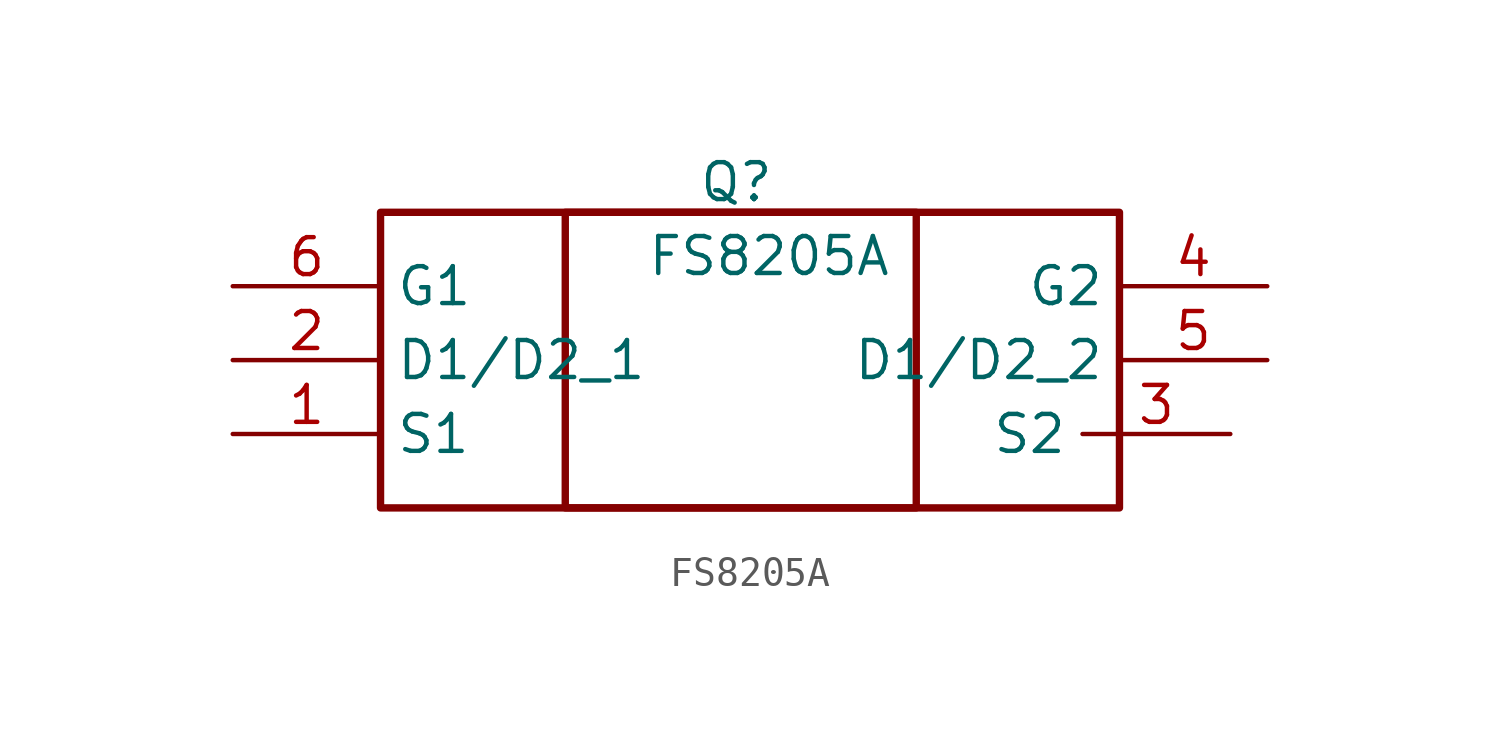
<source format=kicad_sym>
(kicad_symbol_lib
  (version 20241209)
  (generator "kicad_symbol_editor")
  (generator_version "9.0")
  (symbol "FS8205A"
    (property "Reference" "Q"
      (at 16.002 4.318 0)
      (effects (font (size 1.27 1.27)) (justify left top)))
    (property "Value" "FS8205A"
      (at 14.224 1.778 0)
      (effects (font (size 1.27 1.27)) (justify left top)))
    (symbol "FS8205A_1_1"
      (rectangle (start 5.08 2.54) (end 30.48 -7.62) (stroke (width 0.254) (type default)) (fill (type none)))
      (rectangle (start 11.43 2.54) (end 23.495 -7.62) (stroke (width 0.254) (type default)) (fill (type none)))
      (pin passive line (at 0 0 0) (length 5.08) (name "G1" (effects (font (size 1.27 1.27)))) (number "6" (effects (font (size 1.27 1.27)))))
      (pin passive line (at 0 -2.54 0) (length 5.08) (name "D1/D2_1" (effects (font (size 1.27 1.27)))) (number "2" (effects (font (size 1.27 1.27)))))
      (pin passive line (at 0 -5.08 0) (length 5.08) (name "S1" (effects (font (size 1.27 1.27)))) (number "1" (effects (font (size 1.27 1.27)))))
      (pin passive line (at 34.29 -5.08 180) (length 5.08) (name "S2" (effects (font (size 1.27 1.27)))) (number "3" (effects (font (size 1.27 1.27)))))
      (pin passive line (at 35.56 0 180) (length 5.08) (name "G2" (effects (font (size 1.27 1.27)))) (number "4" (effects (font (size 1.27 1.27)))))
      (pin passive line (at 35.56 -2.54 180) (length 5.08) (name "D1/D2_2" (effects (font (size 1.27 1.27)))) (number "5" (effects (font (size 1.27 1.27))))))))
</source>
